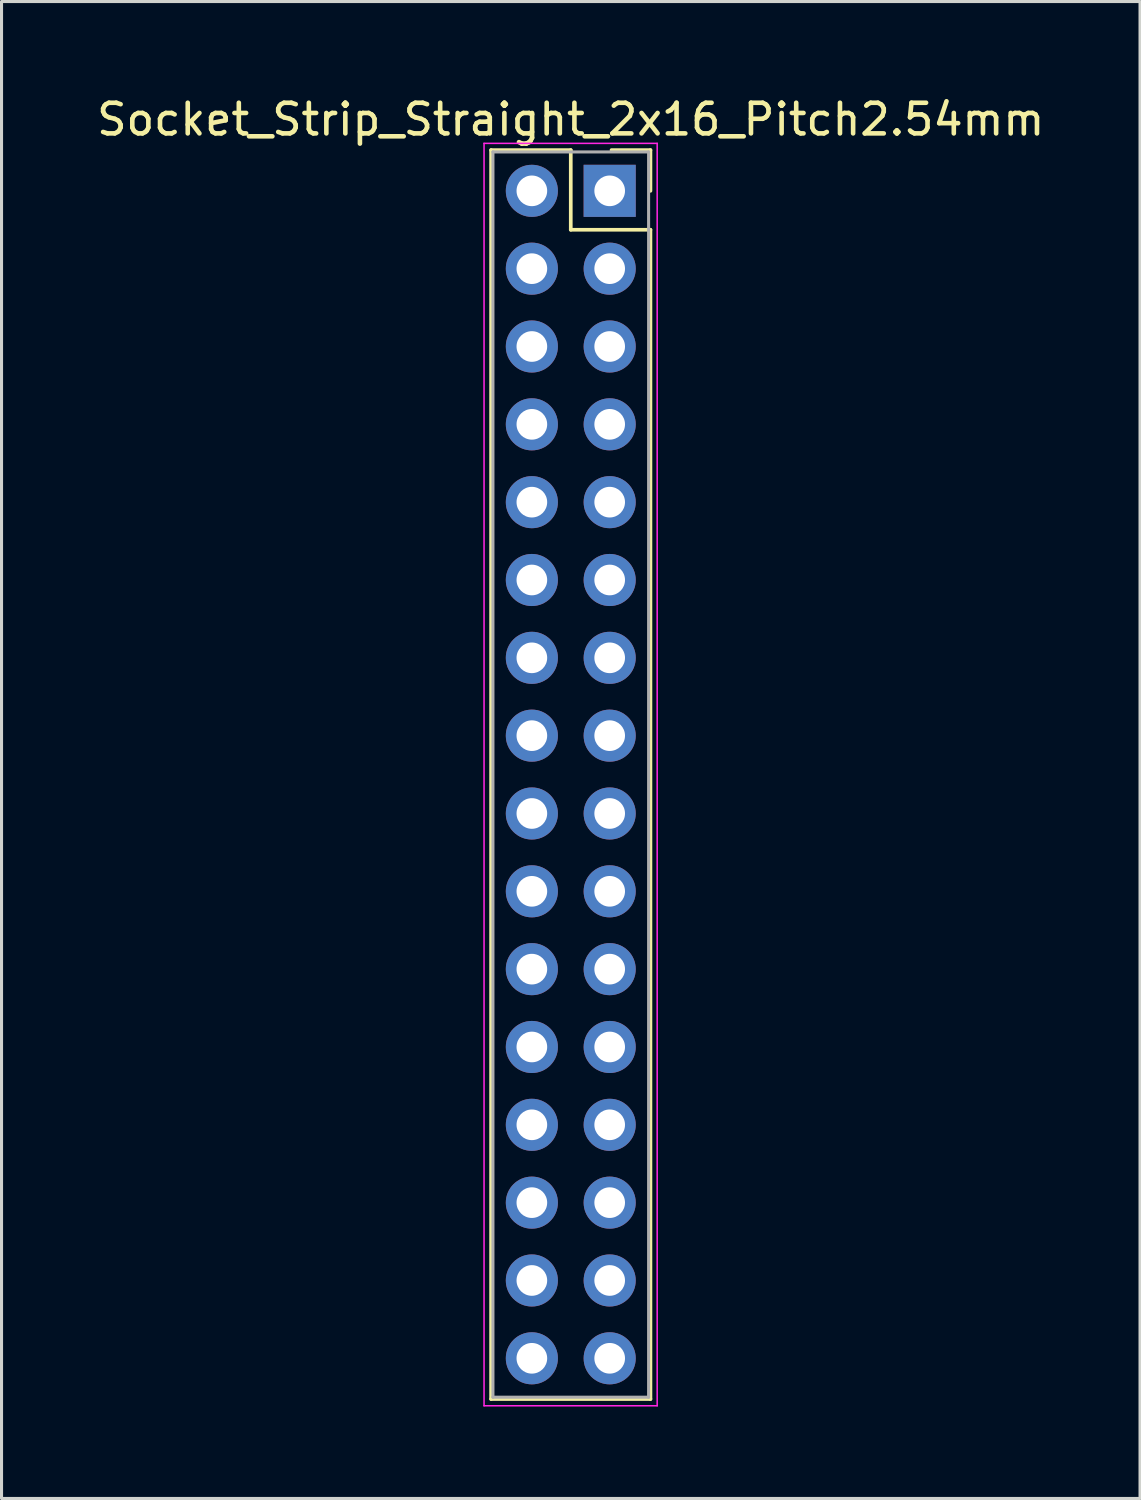
<source format=kicad_pcb>
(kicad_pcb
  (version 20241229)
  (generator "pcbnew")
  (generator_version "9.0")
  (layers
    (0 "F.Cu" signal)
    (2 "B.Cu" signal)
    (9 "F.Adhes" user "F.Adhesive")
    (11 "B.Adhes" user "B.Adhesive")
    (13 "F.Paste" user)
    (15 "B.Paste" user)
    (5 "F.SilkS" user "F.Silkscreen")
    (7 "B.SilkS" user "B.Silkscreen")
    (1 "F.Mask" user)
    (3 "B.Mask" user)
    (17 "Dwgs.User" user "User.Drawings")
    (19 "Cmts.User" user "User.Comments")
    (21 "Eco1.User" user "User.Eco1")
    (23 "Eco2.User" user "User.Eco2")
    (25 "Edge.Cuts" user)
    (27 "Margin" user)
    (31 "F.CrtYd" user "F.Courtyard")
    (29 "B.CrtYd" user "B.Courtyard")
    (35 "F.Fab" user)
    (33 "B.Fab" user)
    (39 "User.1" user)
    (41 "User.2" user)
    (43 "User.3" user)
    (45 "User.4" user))
  (footprint "Socket_Strip_Straight_2x16_Pitch2.54mm"
    (layer "F.Cu")
    (at 16.847 3.178)
    (property "Reference" "Socket_Strip_Straight_2x16_Pitch2.54mm" (at -1.27 -2.33 0) (layer "F.SilkS") (effects (font (size 1 1) (thickness 0.15))))
    (attr through_hole)
    (fp_line (start -3.87 -1.33) (end -1.27 -1.33) (stroke (width 0.12) (type solid)) (layer "F.SilkS"))
    (fp_line (start -3.87 39.43) (end -3.87 -1.33) (stroke (width 0.12) (type solid)) (layer "F.SilkS"))
    (fp_line (start -1.27 -1.33) (end -1.27 1.27) (stroke (width 0.12) (type solid)) (layer "F.SilkS"))
    (fp_line (start -1.27 1.27) (end 1.33 1.27) (stroke (width 0.12) (type solid)) (layer "F.SilkS"))
    (fp_line (start 1.33 -1.33) (end 0.06 -1.33) (stroke (width 0.12) (type solid)) (layer "F.SilkS"))
    (fp_line (start 1.33 0) (end 1.33 -1.33) (stroke (width 0.12) (type solid)) (layer "F.SilkS"))
    (fp_line (start 1.33 1.27) (end 1.33 39.43) (stroke (width 0.12) (type solid)) (layer "F.SilkS"))
    (fp_line (start 1.33 39.43) (end -3.87 39.43) (stroke (width 0.12) (type solid)) (layer "F.SilkS"))
    (fp_line (start -4.1 -1.55) (end -4.1 39.65) (stroke (width 0.05) (type solid)) (layer "F.CrtYd"))
    (fp_line (start -4.1 39.65) (end 1.55 39.65) (stroke (width 0.05) (type solid)) (layer "F.CrtYd"))
    (fp_line (start 1.55 -1.55) (end -4.1 -1.55) (stroke (width 0.05) (type solid)) (layer "F.CrtYd"))
    (fp_line (start 1.55 39.65) (end 1.55 -1.55) (stroke (width 0.05) (type solid)) (layer "F.CrtYd"))
    (fp_line (start -3.81 -1.27) (end -3.81 39.37) (stroke (width 0.1) (type solid)) (layer "F.Fab"))
    (fp_line (start -3.81 39.37) (end 1.27 39.37) (stroke (width 0.1) (type solid)) (layer "F.Fab"))
    (fp_line (start 1.27 -1.27) (end -3.81 -1.27) (stroke (width 0.1) (type solid)) (layer "F.Fab"))
    (fp_line (start 1.27 39.37) (end 1.27 -1.27) (stroke (width 0.1) (type solid)) (layer "F.Fab"))
    (pad "1" thru_hole rect (at 0 0) (size 1.7 1.7) (drill 1) (layers "*.Cu" "*.Mask"))
    (pad "2" thru_hole oval (at -2.54 0) (size 1.7 1.7) (drill 1) (layers "*.Cu" "*.Mask"))
    (pad "3" thru_hole oval (at 0 2.54) (size 1.7 1.7) (drill 1) (layers "*.Cu" "*.Mask"))
    (pad "4" thru_hole oval (at -2.54 2.54) (size 1.7 1.7) (drill 1) (layers "*.Cu" "*.Mask"))
    (pad "5" thru_hole oval (at 0 5.08) (size 1.7 1.7) (drill 1) (layers "*.Cu" "*.Mask"))
    (pad "6" thru_hole oval (at -2.54 5.08) (size 1.7 1.7) (drill 1) (layers "*.Cu" "*.Mask"))
    (pad "7" thru_hole oval (at 0 7.62) (size 1.7 1.7) (drill 1) (layers "*.Cu" "*.Mask"))
    (pad "8" thru_hole oval (at -2.54 7.62) (size 1.7 1.7) (drill 1) (layers "*.Cu" "*.Mask"))
    (pad "9" thru_hole oval (at 0 10.16) (size 1.7 1.7) (drill 1) (layers "*.Cu" "*.Mask"))
    (pad "10" thru_hole oval (at -2.54 10.16) (size 1.7 1.7) (drill 1) (layers "*.Cu" "*.Mask"))
    (pad "11" thru_hole oval (at 0 12.7) (size 1.7 1.7) (drill 1) (layers "*.Cu" "*.Mask"))
    (pad "12" thru_hole oval (at -2.54 12.7) (size 1.7 1.7) (drill 1) (layers "*.Cu" "*.Mask"))
    (pad "13" thru_hole oval (at 0 15.24) (size 1.7 1.7) (drill 1) (layers "*.Cu" "*.Mask"))
    (pad "14" thru_hole oval (at -2.54 15.24) (size 1.7 1.7) (drill 1) (layers "*.Cu" "*.Mask"))
    (pad "15" thru_hole oval (at 0 17.78) (size 1.7 1.7) (drill 1) (layers "*.Cu" "*.Mask"))
    (pad "16" thru_hole oval (at -2.54 17.78) (size 1.7 1.7) (drill 1) (layers "*.Cu" "*.Mask"))
    (pad "17" thru_hole oval (at 0 20.32) (size 1.7 1.7) (drill 1) (layers "*.Cu" "*.Mask"))
    (pad "18" thru_hole oval (at -2.54 20.32) (size 1.7 1.7) (drill 1) (layers "*.Cu" "*.Mask"))
    (pad "19" thru_hole oval (at 0 22.86) (size 1.7 1.7) (drill 1) (layers "*.Cu" "*.Mask"))
    (pad "20" thru_hole oval (at -2.54 22.86) (size 1.7 1.7) (drill 1) (layers "*.Cu" "*.Mask"))
    (pad "21" thru_hole oval (at 0 25.4) (size 1.7 1.7) (drill 1) (layers "*.Cu" "*.Mask"))
    (pad "22" thru_hole oval (at -2.54 25.4) (size 1.7 1.7) (drill 1) (layers "*.Cu" "*.Mask"))
    (pad "23" thru_hole oval (at 0 27.94) (size 1.7 1.7) (drill 1) (layers "*.Cu" "*.Mask"))
    (pad "24" thru_hole oval (at -2.54 27.94) (size 1.7 1.7) (drill 1) (layers "*.Cu" "*.Mask"))
    (pad "25" thru_hole oval (at 0 30.48) (size 1.7 1.7) (drill 1) (layers "*.Cu" "*.Mask"))
    (pad "26" thru_hole oval (at -2.54 30.48) (size 1.7 1.7) (drill 1) (layers "*.Cu" "*.Mask"))
    (pad "27" thru_hole oval (at 0 33.02) (size 1.7 1.7) (drill 1) (layers "*.Cu" "*.Mask"))
    (pad "28" thru_hole oval (at -2.54 33.02) (size 1.7 1.7) (drill 1) (layers "*.Cu" "*.Mask"))
    (pad "29" thru_hole oval (at 0 35.56) (size 1.7 1.7) (drill 1) (layers "*.Cu" "*.Mask"))
    (pad "30" thru_hole oval (at -2.54 35.56) (size 1.7 1.7) (drill 1) (layers "*.Cu" "*.Mask"))
    (pad "31" thru_hole oval (at 0 38.1) (size 1.7 1.7) (drill 1) (layers "*.Cu" "*.Mask"))
    (pad "32" thru_hole oval (at -2.54 38.1) (size 1.7 1.7) (drill 1) (layers "*.Cu" "*.Mask")))
  (gr_rect
    (start -3 -3)
    (end 34.155 45.853)
    (stroke (width 0.1) (type default))
    (fill no)
    (layer "Edge.Cuts")))
</source>
